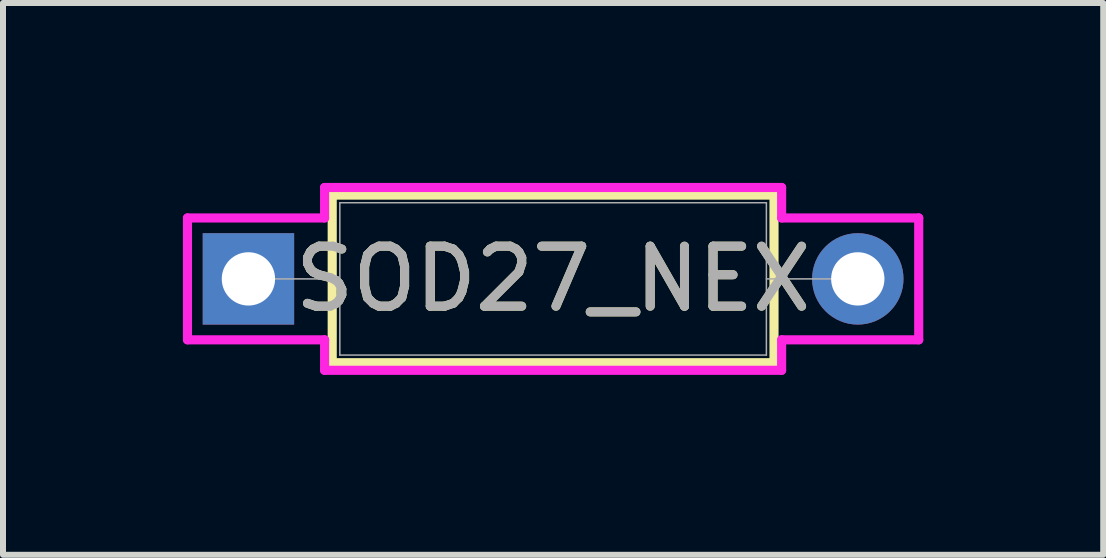
<source format=kicad_pcb>
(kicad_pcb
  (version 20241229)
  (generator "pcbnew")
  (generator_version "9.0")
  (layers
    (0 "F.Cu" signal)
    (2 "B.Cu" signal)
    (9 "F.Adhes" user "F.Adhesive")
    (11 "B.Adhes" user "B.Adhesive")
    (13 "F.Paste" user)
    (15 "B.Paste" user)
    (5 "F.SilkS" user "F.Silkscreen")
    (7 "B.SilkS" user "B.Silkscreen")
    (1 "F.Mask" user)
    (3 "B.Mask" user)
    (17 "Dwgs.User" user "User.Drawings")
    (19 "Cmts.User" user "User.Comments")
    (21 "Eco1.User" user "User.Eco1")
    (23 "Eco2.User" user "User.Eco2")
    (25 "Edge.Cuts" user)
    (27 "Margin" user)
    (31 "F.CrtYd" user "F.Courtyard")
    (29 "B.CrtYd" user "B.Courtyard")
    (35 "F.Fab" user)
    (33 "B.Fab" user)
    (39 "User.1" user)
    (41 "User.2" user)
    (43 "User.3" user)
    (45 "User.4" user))
  (footprint "SOD27_NEX"
    (layer "F.Cu")
    (at 1.092 1.6)
    (property "Reference" "SOD27_NEX" (at 5.08 0 0) (unlocked yes) (layer "F.SilkS") (effects (font (size 1 1) (thickness 0.15))))
    (attr through_hole)
    (fp_line (start 1.397 -1.397) (end 1.397 1.397) (stroke (width 0.152) (type solid)) (layer "F.SilkS"))
    (fp_line (start 1.397 1.397) (end 8.763 1.397) (stroke (width 0.152) (type solid)) (layer "F.SilkS"))
    (fp_line (start 8.763 -1.397) (end 1.397 -1.397) (stroke (width 0.152) (type solid)) (layer "F.SilkS"))
    (fp_line (start 8.763 1.397) (end 8.763 -1.397) (stroke (width 0.152) (type solid)) (layer "F.SilkS"))
    (fp_line (start -1.016 -1.016) (end 1.27 -1.016) (stroke (width 0.152) (type solid)) (layer "F.CrtYd"))
    (fp_line (start -1.016 1.016) (end -1.016 -1.016) (stroke (width 0.152) (type solid)) (layer "F.CrtYd"))
    (fp_line (start 1.27 -1.524) (end 8.89 -1.524) (stroke (width 0.152) (type solid)) (layer "F.CrtYd"))
    (fp_line (start 1.27 -1.016) (end 1.27 -1.524) (stroke (width 0.152) (type solid)) (layer "F.CrtYd"))
    (fp_line (start 1.27 1.016) (end -1.016 1.016) (stroke (width 0.152) (type solid)) (layer "F.CrtYd"))
    (fp_line (start 1.27 1.524) (end 1.27 1.016) (stroke (width 0.152) (type solid)) (layer "F.CrtYd"))
    (fp_line (start 1.27 1.524) (end 8.89 1.524) (stroke (width 0.152) (type solid)) (layer "F.CrtYd"))
    (fp_line (start 8.89 -1.524) (end 8.89 -1.016) (stroke (width 0.152) (type solid)) (layer "F.CrtYd"))
    (fp_line (start 8.89 -1.016) (end 11.176 -1.016) (stroke (width 0.152) (type solid)) (layer "F.CrtYd"))
    (fp_line (start 8.89 1.016) (end 8.89 1.524) (stroke (width 0.152) (type solid)) (layer "F.CrtYd"))
    (fp_line (start 11.176 -1.016) (end 11.176 1.016) (stroke (width 0.152) (type solid)) (layer "F.CrtYd"))
    (fp_line (start 11.176 1.016) (end 8.89 1.016) (stroke (width 0.152) (type solid)) (layer "F.CrtYd"))
    (fp_line (start 0 0) (end 1.524 0) (stroke (width 0.025) (type solid)) (layer "F.Fab"))
    (fp_line (start 1.524 -1.27) (end 1.524 1.27) (stroke (width 0.025) (type solid)) (layer "F.Fab"))
    (fp_line (start 1.524 1.27) (end 8.636 1.27) (stroke (width 0.025) (type solid)) (layer "F.Fab"))
    (fp_line (start 8.636 -1.27) (end 1.524 -1.27) (stroke (width 0.025) (type solid)) (layer "F.Fab"))
    (fp_line (start 8.636 1.27) (end 8.636 -1.27) (stroke (width 0.025) (type solid)) (layer "F.Fab"))
    (fp_line (start 10.16 0) (end 8.636 0) (stroke (width 0.025) (type solid)) (layer "F.Fab"))
    (fp_text user "${REFERENCE}" (at 5.08 0 0) (unlocked yes) (layer "F.Fab") (effects (font (size 1 1) (thickness 0.15))))
    (pad "1" thru_hole rect (at 0 0) (size 1.524 1.524) (drill 0.889) (layers "*.Cu" "*.Mask"))
    (pad "2" thru_hole circle (at 10.16 0) (size 1.524 1.524) (drill 0.889) (layers "*.Cu" "*.Mask")))
  (gr_rect
    (start -3 -3)
    (end 15.344 6.2)
    (stroke (width 0.1) (type default))
    (fill no)
    (layer "Edge.Cuts")))
</source>
